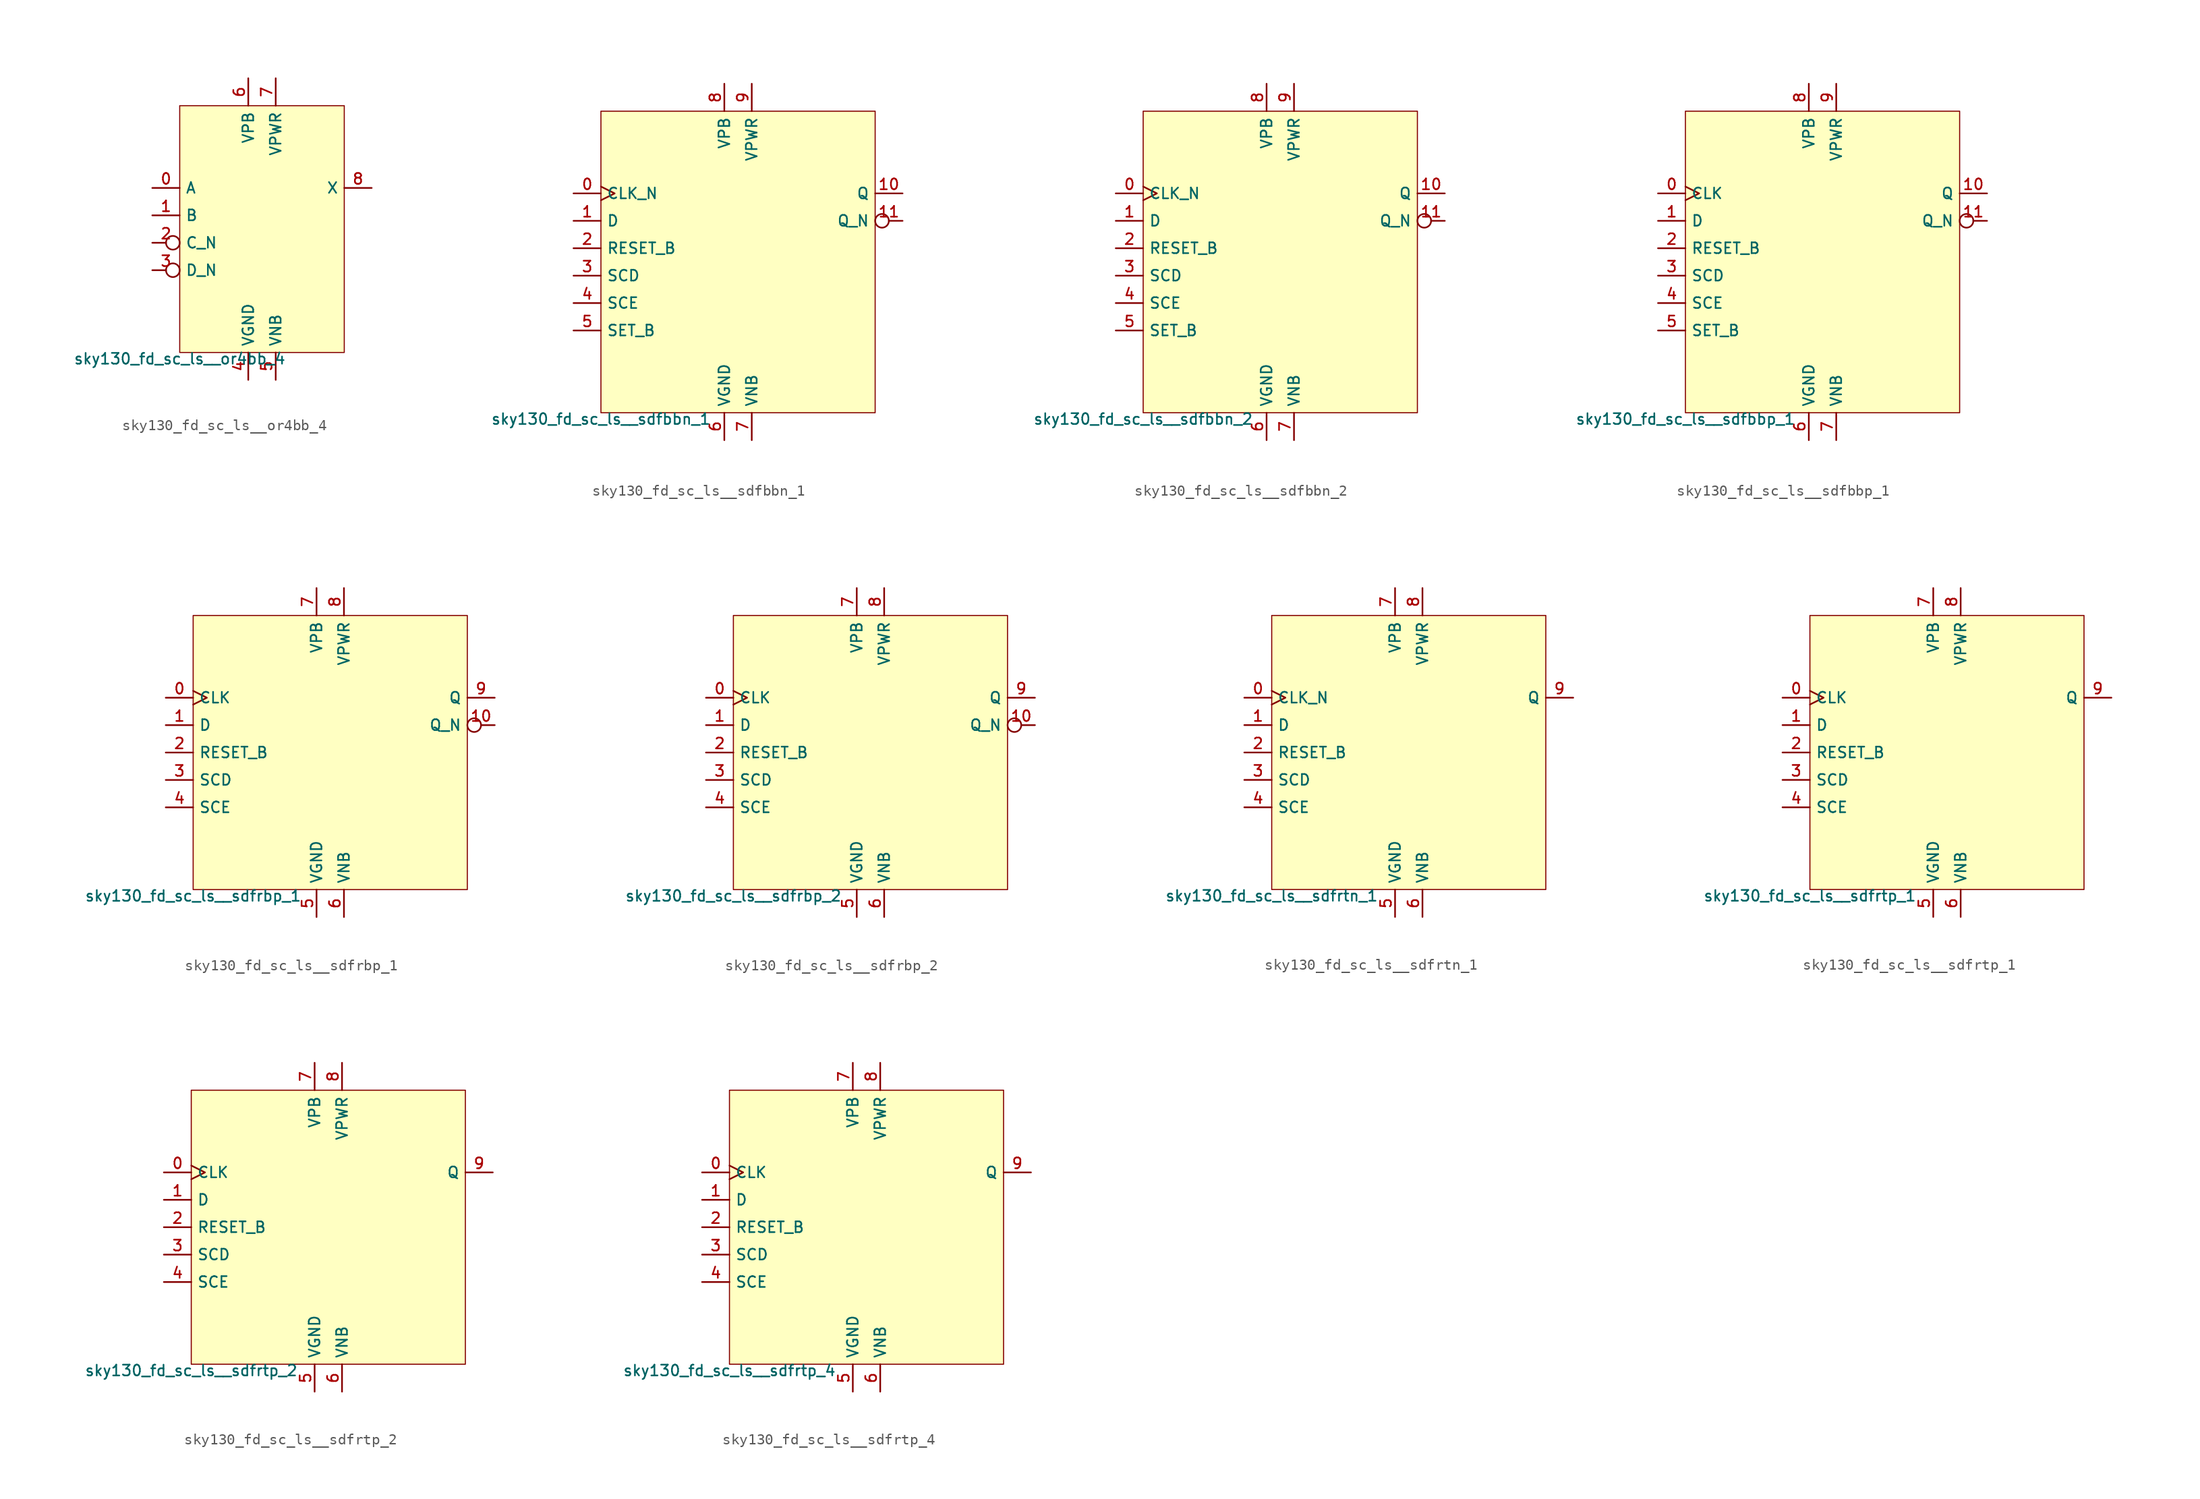
<source format=kicad_sym>
(kicad_symbol_lib
  (version 20211014)
  (generator lef2kicad_sym)
  (symbol "sky130_fd_sc_ls__or4bb_4"
    (property "Reference" "X"
      (at 0 0 0)
      (effects (font (size 1 1)) hide))
    (property "Value" "sky130_fd_sc_ls__or4bb_4"
      (at -7.62 -11.43 0)
      (effects (font (size 1 1)) (justify top)))
    (rectangle
      (start -7.62 -11.43)
      (end 7.62 11.43)
      (stroke (width 0.1) (type solid) (color 0 0 0 0))
      (fill (type background)))
    (pin input line
      (at -10.16 3.81 0)
      (length 2.54)
      (name "A" (effects (font (size 1 1)) hide))
      (number "0" (effects (font (size 1 1)) hide)))
    (pin input line
      (at -10.16 1.27 0)
      (length 2.54)
      (name "B" (effects (font (size 1 1)) hide))
      (number "1" (effects (font (size 1 1)) hide)))
    (pin input inverted
      (at -10.16 -1.27 0)
      (length 2.54)
      (name "C_N" (effects (font (size 1 1)) hide))
      (number "2" (effects (font (size 1 1)) hide)))
    (pin input inverted
      (at -10.16 -3.81 0)
      (length 2.54)
      (name "D_N" (effects (font (size 1 1)) hide))
      (number "3" (effects (font (size 1 1)) hide)))
    (pin power_in line
      (at -1.27 -13.97 90)
      (length 2.54)
      (name "VGND" (effects (font (size 1 1)) hide))
      (number "4" (effects (font (size 1 1)) hide)))
    (pin power_in line
      (at 1.27 -13.97 90)
      (length 2.54)
      (name "VNB" (effects (font (size 1 1)) hide))
      (number "5" (effects (font (size 1 1)) hide)))
    (pin power_in line
      (at -1.27 13.97 270)
      (length 2.54)
      (name "VPB" (effects (font (size 1 1)) hide))
      (number "6" (effects (font (size 1 1)) hide)))
    (pin power_in line
      (at 1.27 13.97 270)
      (length 2.54)
      (name "VPWR" (effects (font (size 1 1)) hide))
      (number "7" (effects (font (size 1 1)) hide)))
    (pin output line
      (at 10.16 3.81 180)
      (length 2.54)
      (name "X" (effects (font (size 1 1)) hide))
      (number "8" (effects (font (size 1 1)) hide))))
  (symbol "sky130_fd_sc_ls__sdfbbn_1"
    (property "Reference" "X"
      (at 0 0 0)
      (effects (font (size 1 1)) hide))
    (property "Value" "sky130_fd_sc_ls__sdfbbn_1"
      (at -12.7 -13.97 0)
      (effects (font (size 1 1)) (justify top)))
    (rectangle
      (start -12.7 -13.97)
      (end 12.7 13.97)
      (stroke (width 0.1) (type solid) (color 0 0 0 0))
      (fill (type background)))
    (pin input clock
      (at -15.24 6.35 0)
      (length 2.54)
      (name "CLK_N" (effects (font (size 1 1)) hide))
      (number "0" (effects (font (size 1 1)) hide)))
    (pin input line
      (at -15.24 3.81 0)
      (length 2.54)
      (name "D" (effects (font (size 1 1)) hide))
      (number "1" (effects (font (size 1 1)) hide)))
    (pin input line
      (at -15.24 1.27 0)
      (length 2.54)
      (name "RESET_B" (effects (font (size 1 1)) hide))
      (number "2" (effects (font (size 1 1)) hide)))
    (pin input line
      (at -15.24 -1.27 0)
      (length 2.54)
      (name "SCD" (effects (font (size 1 1)) hide))
      (number "3" (effects (font (size 1 1)) hide)))
    (pin input line
      (at -15.24 -3.81 0)
      (length 2.54)
      (name "SCE" (effects (font (size 1 1)) hide))
      (number "4" (effects (font (size 1 1)) hide)))
    (pin input line
      (at -15.24 -6.35 0)
      (length 2.54)
      (name "SET_B" (effects (font (size 1 1)) hide))
      (number "5" (effects (font (size 1 1)) hide)))
    (pin power_in line
      (at -1.27 -16.51 90)
      (length 2.54)
      (name "VGND" (effects (font (size 1 1)) hide))
      (number "6" (effects (font (size 1 1)) hide)))
    (pin power_in line
      (at 1.27 -16.51 90)
      (length 2.54)
      (name "VNB" (effects (font (size 1 1)) hide))
      (number "7" (effects (font (size 1 1)) hide)))
    (pin power_in line
      (at -1.27 16.51 270)
      (length 2.54)
      (name "VPB" (effects (font (size 1 1)) hide))
      (number "8" (effects (font (size 1 1)) hide)))
    (pin power_in line
      (at 1.27 16.51 270)
      (length 2.54)
      (name "VPWR" (effects (font (size 1 1)) hide))
      (number "9" (effects (font (size 1 1)) hide)))
    (pin output line
      (at 15.24 6.35 180)
      (length 2.54)
      (name "Q" (effects (font (size 1 1)) hide))
      (number "10" (effects (font (size 1 1)) hide)))
    (pin output inverted
      (at 15.24 3.81 180)
      (length 2.54)
      (name "Q_N" (effects (font (size 1 1)) hide))
      (number "11" (effects (font (size 1 1)) hide))))
  (symbol "sky130_fd_sc_ls__sdfbbn_2"
    (property "Reference" "X"
      (at 0 0 0)
      (effects (font (size 1 1)) hide))
    (property "Value" "sky130_fd_sc_ls__sdfbbn_2"
      (at -12.7 -13.97 0)
      (effects (font (size 1 1)) (justify top)))
    (rectangle
      (start -12.7 -13.97)
      (end 12.7 13.97)
      (stroke (width 0.1) (type solid) (color 0 0 0 0))
      (fill (type background)))
    (pin input clock
      (at -15.24 6.35 0)
      (length 2.54)
      (name "CLK_N" (effects (font (size 1 1)) hide))
      (number "0" (effects (font (size 1 1)) hide)))
    (pin input line
      (at -15.24 3.81 0)
      (length 2.54)
      (name "D" (effects (font (size 1 1)) hide))
      (number "1" (effects (font (size 1 1)) hide)))
    (pin input line
      (at -15.24 1.27 0)
      (length 2.54)
      (name "RESET_B" (effects (font (size 1 1)) hide))
      (number "2" (effects (font (size 1 1)) hide)))
    (pin input line
      (at -15.24 -1.27 0)
      (length 2.54)
      (name "SCD" (effects (font (size 1 1)) hide))
      (number "3" (effects (font (size 1 1)) hide)))
    (pin input line
      (at -15.24 -3.81 0)
      (length 2.54)
      (name "SCE" (effects (font (size 1 1)) hide))
      (number "4" (effects (font (size 1 1)) hide)))
    (pin input line
      (at -15.24 -6.35 0)
      (length 2.54)
      (name "SET_B" (effects (font (size 1 1)) hide))
      (number "5" (effects (font (size 1 1)) hide)))
    (pin power_in line
      (at -1.27 -16.51 90)
      (length 2.54)
      (name "VGND" (effects (font (size 1 1)) hide))
      (number "6" (effects (font (size 1 1)) hide)))
    (pin power_in line
      (at 1.27 -16.51 90)
      (length 2.54)
      (name "VNB" (effects (font (size 1 1)) hide))
      (number "7" (effects (font (size 1 1)) hide)))
    (pin power_in line
      (at -1.27 16.51 270)
      (length 2.54)
      (name "VPB" (effects (font (size 1 1)) hide))
      (number "8" (effects (font (size 1 1)) hide)))
    (pin power_in line
      (at 1.27 16.51 270)
      (length 2.54)
      (name "VPWR" (effects (font (size 1 1)) hide))
      (number "9" (effects (font (size 1 1)) hide)))
    (pin output line
      (at 15.24 6.35 180)
      (length 2.54)
      (name "Q" (effects (font (size 1 1)) hide))
      (number "10" (effects (font (size 1 1)) hide)))
    (pin output inverted
      (at 15.24 3.81 180)
      (length 2.54)
      (name "Q_N" (effects (font (size 1 1)) hide))
      (number "11" (effects (font (size 1 1)) hide))))
  (symbol "sky130_fd_sc_ls__sdfbbp_1"
    (property "Reference" "X"
      (at 0 0 0)
      (effects (font (size 1 1)) hide))
    (property "Value" "sky130_fd_sc_ls__sdfbbp_1"
      (at -12.7 -13.97 0)
      (effects (font (size 1 1)) (justify top)))
    (rectangle
      (start -12.7 -13.97)
      (end 12.7 13.97)
      (stroke (width 0.1) (type solid) (color 0 0 0 0))
      (fill (type background)))
    (pin input clock
      (at -15.24 6.35 0)
      (length 2.54)
      (name "CLK" (effects (font (size 1 1)) hide))
      (number "0" (effects (font (size 1 1)) hide)))
    (pin input line
      (at -15.24 3.81 0)
      (length 2.54)
      (name "D" (effects (font (size 1 1)) hide))
      (number "1" (effects (font (size 1 1)) hide)))
    (pin input line
      (at -15.24 1.27 0)
      (length 2.54)
      (name "RESET_B" (effects (font (size 1 1)) hide))
      (number "2" (effects (font (size 1 1)) hide)))
    (pin input line
      (at -15.24 -1.27 0)
      (length 2.54)
      (name "SCD" (effects (font (size 1 1)) hide))
      (number "3" (effects (font (size 1 1)) hide)))
    (pin input line
      (at -15.24 -3.81 0)
      (length 2.54)
      (name "SCE" (effects (font (size 1 1)) hide))
      (number "4" (effects (font (size 1 1)) hide)))
    (pin input line
      (at -15.24 -6.35 0)
      (length 2.54)
      (name "SET_B" (effects (font (size 1 1)) hide))
      (number "5" (effects (font (size 1 1)) hide)))
    (pin power_in line
      (at -1.27 -16.51 90)
      (length 2.54)
      (name "VGND" (effects (font (size 1 1)) hide))
      (number "6" (effects (font (size 1 1)) hide)))
    (pin power_in line
      (at 1.27 -16.51 90)
      (length 2.54)
      (name "VNB" (effects (font (size 1 1)) hide))
      (number "7" (effects (font (size 1 1)) hide)))
    (pin power_in line
      (at -1.27 16.51 270)
      (length 2.54)
      (name "VPB" (effects (font (size 1 1)) hide))
      (number "8" (effects (font (size 1 1)) hide)))
    (pin power_in line
      (at 1.27 16.51 270)
      (length 2.54)
      (name "VPWR" (effects (font (size 1 1)) hide))
      (number "9" (effects (font (size 1 1)) hide)))
    (pin output line
      (at 15.24 6.35 180)
      (length 2.54)
      (name "Q" (effects (font (size 1 1)) hide))
      (number "10" (effects (font (size 1 1)) hide)))
    (pin output inverted
      (at 15.24 3.81 180)
      (length 2.54)
      (name "Q_N" (effects (font (size 1 1)) hide))
      (number "11" (effects (font (size 1 1)) hide))))
  (symbol "sky130_fd_sc_ls__sdfrbp_1"
    (property "Reference" "X"
      (at 0 0 0)
      (effects (font (size 1 1)) hide))
    (property "Value" "sky130_fd_sc_ls__sdfrbp_1"
      (at -12.7 -12.7 0)
      (effects (font (size 1 1)) (justify top)))
    (rectangle
      (start -12.7 -12.7)
      (end 12.7 12.7)
      (stroke (width 0.1) (type solid) (color 0 0 0 0))
      (fill (type background)))
    (pin input clock
      (at -15.24 5.08 0)
      (length 2.54)
      (name "CLK" (effects (font (size 1 1)) hide))
      (number "0" (effects (font (size 1 1)) hide)))
    (pin input line
      (at -15.24 2.54 0)
      (length 2.54)
      (name "D" (effects (font (size 1 1)) hide))
      (number "1" (effects (font (size 1 1)) hide)))
    (pin input line
      (at -15.24 -8.881784197001252e-16 0)
      (length 2.54)
      (name "RESET_B" (effects (font (size 1 1)) hide))
      (number "2" (effects (font (size 1 1)) hide)))
    (pin input line
      (at -15.24 -2.54 0)
      (length 2.54)
      (name "SCD" (effects (font (size 1 1)) hide))
      (number "3" (effects (font (size 1 1)) hide)))
    (pin input line
      (at -15.24 -5.08 0)
      (length 2.54)
      (name "SCE" (effects (font (size 1 1)) hide))
      (number "4" (effects (font (size 1 1)) hide)))
    (pin power_in line
      (at -1.27 -15.24 90)
      (length 2.54)
      (name "VGND" (effects (font (size 1 1)) hide))
      (number "5" (effects (font (size 1 1)) hide)))
    (pin power_in line
      (at 1.27 -15.24 90)
      (length 2.54)
      (name "VNB" (effects (font (size 1 1)) hide))
      (number "6" (effects (font (size 1 1)) hide)))
    (pin power_in line
      (at -1.27 15.24 270)
      (length 2.54)
      (name "VPB" (effects (font (size 1 1)) hide))
      (number "7" (effects (font (size 1 1)) hide)))
    (pin power_in line
      (at 1.27 15.24 270)
      (length 2.54)
      (name "VPWR" (effects (font (size 1 1)) hide))
      (number "8" (effects (font (size 1 1)) hide)))
    (pin output line
      (at 15.24 5.08 180)
      (length 2.54)
      (name "Q" (effects (font (size 1 1)) hide))
      (number "9" (effects (font (size 1 1)) hide)))
    (pin output inverted
      (at 15.24 2.54 180)
      (length 2.54)
      (name "Q_N" (effects (font (size 1 1)) hide))
      (number "10" (effects (font (size 1 1)) hide))))
  (symbol "sky130_fd_sc_ls__sdfrbp_2"
    (property "Reference" "X"
      (at 0 0 0)
      (effects (font (size 1 1)) hide))
    (property "Value" "sky130_fd_sc_ls__sdfrbp_2"
      (at -12.7 -12.7 0)
      (effects (font (size 1 1)) (justify top)))
    (rectangle
      (start -12.7 -12.7)
      (end 12.7 12.7)
      (stroke (width 0.1) (type solid) (color 0 0 0 0))
      (fill (type background)))
    (pin input clock
      (at -15.24 5.08 0)
      (length 2.54)
      (name "CLK" (effects (font (size 1 1)) hide))
      (number "0" (effects (font (size 1 1)) hide)))
    (pin input line
      (at -15.24 2.54 0)
      (length 2.54)
      (name "D" (effects (font (size 1 1)) hide))
      (number "1" (effects (font (size 1 1)) hide)))
    (pin input line
      (at -15.24 -8.881784197001252e-16 0)
      (length 2.54)
      (name "RESET_B" (effects (font (size 1 1)) hide))
      (number "2" (effects (font (size 1 1)) hide)))
    (pin input line
      (at -15.24 -2.54 0)
      (length 2.54)
      (name "SCD" (effects (font (size 1 1)) hide))
      (number "3" (effects (font (size 1 1)) hide)))
    (pin input line
      (at -15.24 -5.08 0)
      (length 2.54)
      (name "SCE" (effects (font (size 1 1)) hide))
      (number "4" (effects (font (size 1 1)) hide)))
    (pin power_in line
      (at -1.27 -15.24 90)
      (length 2.54)
      (name "VGND" (effects (font (size 1 1)) hide))
      (number "5" (effects (font (size 1 1)) hide)))
    (pin power_in line
      (at 1.27 -15.24 90)
      (length 2.54)
      (name "VNB" (effects (font (size 1 1)) hide))
      (number "6" (effects (font (size 1 1)) hide)))
    (pin power_in line
      (at -1.27 15.24 270)
      (length 2.54)
      (name "VPB" (effects (font (size 1 1)) hide))
      (number "7" (effects (font (size 1 1)) hide)))
    (pin power_in line
      (at 1.27 15.24 270)
      (length 2.54)
      (name "VPWR" (effects (font (size 1 1)) hide))
      (number "8" (effects (font (size 1 1)) hide)))
    (pin output line
      (at 15.24 5.08 180)
      (length 2.54)
      (name "Q" (effects (font (size 1 1)) hide))
      (number "9" (effects (font (size 1 1)) hide)))
    (pin output inverted
      (at 15.24 2.54 180)
      (length 2.54)
      (name "Q_N" (effects (font (size 1 1)) hide))
      (number "10" (effects (font (size 1 1)) hide))))
  (symbol "sky130_fd_sc_ls__sdfrtn_1"
    (property "Reference" "X"
      (at 0 0 0)
      (effects (font (size 1 1)) hide))
    (property "Value" "sky130_fd_sc_ls__sdfrtn_1"
      (at -12.7 -12.7 0)
      (effects (font (size 1 1)) (justify top)))
    (rectangle
      (start -12.7 -12.7)
      (end 12.7 12.7)
      (stroke (width 0.1) (type solid) (color 0 0 0 0))
      (fill (type background)))
    (pin input clock
      (at -15.24 5.08 0)
      (length 2.54)
      (name "CLK_N" (effects (font (size 1 1)) hide))
      (number "0" (effects (font (size 1 1)) hide)))
    (pin input line
      (at -15.24 2.54 0)
      (length 2.54)
      (name "D" (effects (font (size 1 1)) hide))
      (number "1" (effects (font (size 1 1)) hide)))
    (pin input line
      (at -15.24 -8.881784197001252e-16 0)
      (length 2.54)
      (name "RESET_B" (effects (font (size 1 1)) hide))
      (number "2" (effects (font (size 1 1)) hide)))
    (pin input line
      (at -15.24 -2.54 0)
      (length 2.54)
      (name "SCD" (effects (font (size 1 1)) hide))
      (number "3" (effects (font (size 1 1)) hide)))
    (pin input line
      (at -15.24 -5.08 0)
      (length 2.54)
      (name "SCE" (effects (font (size 1 1)) hide))
      (number "4" (effects (font (size 1 1)) hide)))
    (pin power_in line
      (at -1.27 -15.24 90)
      (length 2.54)
      (name "VGND" (effects (font (size 1 1)) hide))
      (number "5" (effects (font (size 1 1)) hide)))
    (pin power_in line
      (at 1.27 -15.24 90)
      (length 2.54)
      (name "VNB" (effects (font (size 1 1)) hide))
      (number "6" (effects (font (size 1 1)) hide)))
    (pin power_in line
      (at -1.27 15.24 270)
      (length 2.54)
      (name "VPB" (effects (font (size 1 1)) hide))
      (number "7" (effects (font (size 1 1)) hide)))
    (pin power_in line
      (at 1.27 15.24 270)
      (length 2.54)
      (name "VPWR" (effects (font (size 1 1)) hide))
      (number "8" (effects (font (size 1 1)) hide)))
    (pin output line
      (at 15.24 5.08 180)
      (length 2.54)
      (name "Q" (effects (font (size 1 1)) hide))
      (number "9" (effects (font (size 1 1)) hide))))
  (symbol "sky130_fd_sc_ls__sdfrtp_1"
    (property "Reference" "X"
      (at 0 0 0)
      (effects (font (size 1 1)) hide))
    (property "Value" "sky130_fd_sc_ls__sdfrtp_1"
      (at -12.7 -12.7 0)
      (effects (font (size 1 1)) (justify top)))
    (rectangle
      (start -12.7 -12.7)
      (end 12.7 12.7)
      (stroke (width 0.1) (type solid) (color 0 0 0 0))
      (fill (type background)))
    (pin input clock
      (at -15.24 5.08 0)
      (length 2.54)
      (name "CLK" (effects (font (size 1 1)) hide))
      (number "0" (effects (font (size 1 1)) hide)))
    (pin input line
      (at -15.24 2.54 0)
      (length 2.54)
      (name "D" (effects (font (size 1 1)) hide))
      (number "1" (effects (font (size 1 1)) hide)))
    (pin input line
      (at -15.24 -8.881784197001252e-16 0)
      (length 2.54)
      (name "RESET_B" (effects (font (size 1 1)) hide))
      (number "2" (effects (font (size 1 1)) hide)))
    (pin input line
      (at -15.24 -2.54 0)
      (length 2.54)
      (name "SCD" (effects (font (size 1 1)) hide))
      (number "3" (effects (font (size 1 1)) hide)))
    (pin input line
      (at -15.24 -5.08 0)
      (length 2.54)
      (name "SCE" (effects (font (size 1 1)) hide))
      (number "4" (effects (font (size 1 1)) hide)))
    (pin power_in line
      (at -1.27 -15.24 90)
      (length 2.54)
      (name "VGND" (effects (font (size 1 1)) hide))
      (number "5" (effects (font (size 1 1)) hide)))
    (pin power_in line
      (at 1.27 -15.24 90)
      (length 2.54)
      (name "VNB" (effects (font (size 1 1)) hide))
      (number "6" (effects (font (size 1 1)) hide)))
    (pin power_in line
      (at -1.27 15.24 270)
      (length 2.54)
      (name "VPB" (effects (font (size 1 1)) hide))
      (number "7" (effects (font (size 1 1)) hide)))
    (pin power_in line
      (at 1.27 15.24 270)
      (length 2.54)
      (name "VPWR" (effects (font (size 1 1)) hide))
      (number "8" (effects (font (size 1 1)) hide)))
    (pin output line
      (at 15.24 5.08 180)
      (length 2.54)
      (name "Q" (effects (font (size 1 1)) hide))
      (number "9" (effects (font (size 1 1)) hide))))
  (symbol "sky130_fd_sc_ls__sdfrtp_2"
    (property "Reference" "X"
      (at 0 0 0)
      (effects (font (size 1 1)) hide))
    (property "Value" "sky130_fd_sc_ls__sdfrtp_2"
      (at -12.7 -12.7 0)
      (effects (font (size 1 1)) (justify top)))
    (rectangle
      (start -12.7 -12.7)
      (end 12.7 12.7)
      (stroke (width 0.1) (type solid) (color 0 0 0 0))
      (fill (type background)))
    (pin input clock
      (at -15.24 5.08 0)
      (length 2.54)
      (name "CLK" (effects (font (size 1 1)) hide))
      (number "0" (effects (font (size 1 1)) hide)))
    (pin input line
      (at -15.24 2.54 0)
      (length 2.54)
      (name "D" (effects (font (size 1 1)) hide))
      (number "1" (effects (font (size 1 1)) hide)))
    (pin input line
      (at -15.24 -8.881784197001252e-16 0)
      (length 2.54)
      (name "RESET_B" (effects (font (size 1 1)) hide))
      (number "2" (effects (font (size 1 1)) hide)))
    (pin input line
      (at -15.24 -2.54 0)
      (length 2.54)
      (name "SCD" (effects (font (size 1 1)) hide))
      (number "3" (effects (font (size 1 1)) hide)))
    (pin input line
      (at -15.24 -5.08 0)
      (length 2.54)
      (name "SCE" (effects (font (size 1 1)) hide))
      (number "4" (effects (font (size 1 1)) hide)))
    (pin power_in line
      (at -1.27 -15.24 90)
      (length 2.54)
      (name "VGND" (effects (font (size 1 1)) hide))
      (number "5" (effects (font (size 1 1)) hide)))
    (pin power_in line
      (at 1.27 -15.24 90)
      (length 2.54)
      (name "VNB" (effects (font (size 1 1)) hide))
      (number "6" (effects (font (size 1 1)) hide)))
    (pin power_in line
      (at -1.27 15.24 270)
      (length 2.54)
      (name "VPB" (effects (font (size 1 1)) hide))
      (number "7" (effects (font (size 1 1)) hide)))
    (pin power_in line
      (at 1.27 15.24 270)
      (length 2.54)
      (name "VPWR" (effects (font (size 1 1)) hide))
      (number "8" (effects (font (size 1 1)) hide)))
    (pin output line
      (at 15.24 5.08 180)
      (length 2.54)
      (name "Q" (effects (font (size 1 1)) hide))
      (number "9" (effects (font (size 1 1)) hide))))
  (symbol "sky130_fd_sc_ls__sdfrtp_4"
    (property "Reference" "X"
      (at 0 0 0)
      (effects (font (size 1 1)) hide))
    (property "Value" "sky130_fd_sc_ls__sdfrtp_4"
      (at -12.7 -12.7 0)
      (effects (font (size 1 1)) (justify top)))
    (rectangle
      (start -12.7 -12.7)
      (end 12.7 12.7)
      (stroke (width 0.1) (type solid) (color 0 0 0 0))
      (fill (type background)))
    (pin input clock
      (at -15.24 5.08 0)
      (length 2.54)
      (name "CLK" (effects (font (size 1 1)) hide))
      (number "0" (effects (font (size 1 1)) hide)))
    (pin input line
      (at -15.24 2.54 0)
      (length 2.54)
      (name "D" (effects (font (size 1 1)) hide))
      (number "1" (effects (font (size 1 1)) hide)))
    (pin input line
      (at -15.24 -8.881784197001252e-16 0)
      (length 2.54)
      (name "RESET_B" (effects (font (size 1 1)) hide))
      (number "2" (effects (font (size 1 1)) hide)))
    (pin input line
      (at -15.24 -2.54 0)
      (length 2.54)
      (name "SCD" (effects (font (size 1 1)) hide))
      (number "3" (effects (font (size 1 1)) hide)))
    (pin input line
      (at -15.24 -5.08 0)
      (length 2.54)
      (name "SCE" (effects (font (size 1 1)) hide))
      (number "4" (effects (font (size 1 1)) hide)))
    (pin power_in line
      (at -1.27 -15.24 90)
      (length 2.54)
      (name "VGND" (effects (font (size 1 1)) hide))
      (number "5" (effects (font (size 1 1)) hide)))
    (pin power_in line
      (at 1.27 -15.24 90)
      (length 2.54)
      (name "VNB" (effects (font (size 1 1)) hide))
      (number "6" (effects (font (size 1 1)) hide)))
    (pin power_in line
      (at -1.27 15.24 270)
      (length 2.54)
      (name "VPB" (effects (font (size 1 1)) hide))
      (number "7" (effects (font (size 1 1)) hide)))
    (pin power_in line
      (at 1.27 15.24 270)
      (length 2.54)
      (name "VPWR" (effects (font (size 1 1)) hide))
      (number "8" (effects (font (size 1 1)) hide)))
    (pin output line
      (at 15.24 5.08 180)
      (length 2.54)
      (name "Q" (effects (font (size 1 1)) hide))
      (number "9" (effects (font (size 1 1)) hide)))))
</source>
